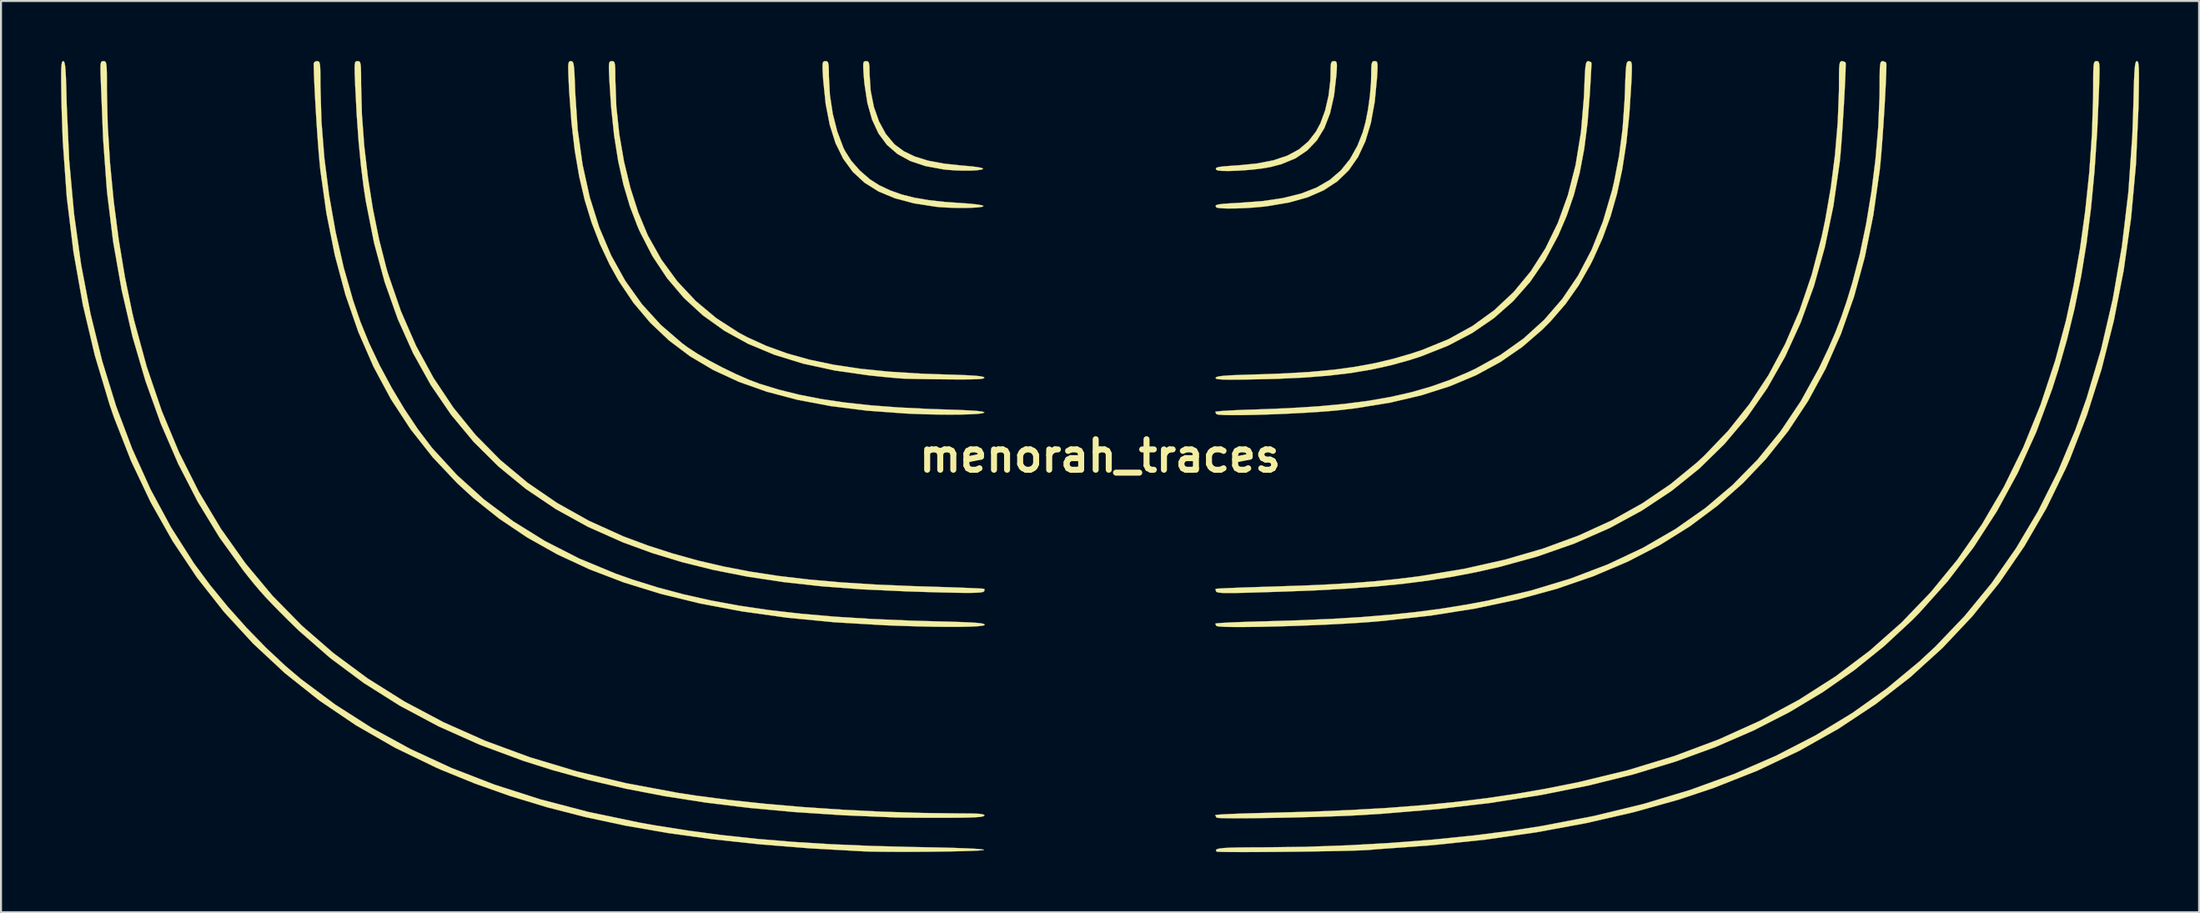
<source format=kicad_pcb>
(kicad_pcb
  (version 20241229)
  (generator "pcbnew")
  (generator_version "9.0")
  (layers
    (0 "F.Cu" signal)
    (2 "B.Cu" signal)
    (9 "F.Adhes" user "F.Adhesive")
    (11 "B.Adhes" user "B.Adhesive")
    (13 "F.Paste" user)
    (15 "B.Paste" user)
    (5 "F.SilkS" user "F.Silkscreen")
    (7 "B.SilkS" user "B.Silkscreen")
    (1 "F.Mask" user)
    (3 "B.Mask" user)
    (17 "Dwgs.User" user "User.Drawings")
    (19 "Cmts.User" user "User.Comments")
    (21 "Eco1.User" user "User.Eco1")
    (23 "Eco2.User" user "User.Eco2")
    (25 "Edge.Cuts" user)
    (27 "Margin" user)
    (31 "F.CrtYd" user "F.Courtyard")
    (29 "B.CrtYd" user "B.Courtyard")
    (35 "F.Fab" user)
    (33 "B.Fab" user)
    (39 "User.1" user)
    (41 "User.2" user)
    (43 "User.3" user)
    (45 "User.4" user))
  (footprint "menorah_traces"
    (layer "F.Cu")
    (at 51.905 19.732)
    (property "Reference" "menorah_traces" (at 0 0 0) (layer "F.SilkS") (effects (font (size 1.524 1.524) (thickness 0.3))))
    (attr through_hole)
    (fp_poly (pts (xy -11.598 -19.713) (xy -11.547 -19.645) (xy -11.522 -19.489) (xy -11.515 -19.21) (xy -11.515 -19.1) (xy -11.459 -18.247) (xy -11.299 -17.444) (xy -11.043 -16.715) (xy -10.701 -16.087) (xy -10.282 -15.587) (xy -10.239 -15.548) (xy -9.795 -15.222) (xy -9.252 -14.96) (xy -8.594 -14.756) (xy -7.805 -14.607) (xy -6.87 -14.507) (xy -6.75 -14.499) (xy -6.373 -14.465) (xy -6.074 -14.425) (xy -5.887 -14.382) (xy -5.84 -14.351) (xy -5.919 -14.307) (xy -6.132 -14.276) (xy -6.443 -14.259) (xy -6.817 -14.256) (xy -7.219 -14.268) (xy -7.613 -14.295) (xy -7.832 -14.319) (xy -8.719 -14.483) (xy -9.479 -14.736) (xy -10.119 -15.086) (xy -10.646 -15.542) (xy -11.067 -16.112) (xy -11.39 -16.806) (xy -11.622 -17.631) (xy -11.77 -18.596) (xy -11.808 -19.029) (xy -11.829 -19.371) (xy -11.831 -19.579) (xy -11.806 -19.684) (xy -11.749 -19.723) (xy -11.686 -19.727) (xy -11.598 -19.713)) (stroke (width 0.01) (type solid)) (fill yes) (layer "F.SilkS"))
    (fp_poly (pts (xy 11.769 -19.717) (xy 11.816 -19.662) (xy 11.833 -19.53) (xy 11.825 -19.287) (xy 11.808 -19.029) (xy 11.691 -18.006) (xy 11.492 -17.126) (xy 11.206 -16.381) (xy 10.827 -15.762) (xy 10.348 -15.262) (xy 9.764 -14.871) (xy 9.068 -14.582) (xy 8.509 -14.435) (xy 8.153 -14.372) (xy 7.735 -14.32) (xy 7.289 -14.279) (xy 6.847 -14.251) (xy 6.445 -14.238) (xy 6.114 -14.241) (xy 5.889 -14.263) (xy 5.807 -14.297) (xy 5.785 -14.359) (xy 5.825 -14.405) (xy 5.949 -14.441) (xy 6.18 -14.47) (xy 6.542 -14.498) (xy 6.858 -14.518) (xy 7.832 -14.612) (xy 8.66 -14.772) (xy 9.357 -15.005) (xy 9.934 -15.316) (xy 10.405 -15.714) (xy 10.784 -16.204) (xy 11.009 -16.622) (xy 11.244 -17.261) (xy 11.414 -17.993) (xy 11.504 -18.747) (xy 11.515 -19.089) (xy 11.519 -19.414) (xy 11.536 -19.606) (xy 11.578 -19.698) (xy 11.652 -19.726) (xy 11.686 -19.727) (xy 11.769 -19.717)) (stroke (width 0.01) (type solid)) (fill yes) (layer "F.SilkS"))
    (fp_poly (pts (xy 13.796 -19.718) (xy 13.842 -19.669) (xy 13.863 -19.55) (xy 13.861 -19.33) (xy 13.842 -18.976) (xy 13.838 -18.902) (xy 13.723 -17.7) (xy 13.532 -16.645) (xy 13.257 -15.727) (xy 12.891 -14.94) (xy 12.427 -14.274) (xy 11.857 -13.722) (xy 11.175 -13.275) (xy 10.372 -12.924) (xy 9.441 -12.663) (xy 8.375 -12.482) (xy 8.11 -12.451) (xy 7.667 -12.411) (xy 7.206 -12.382) (xy 6.761 -12.366) (xy 6.365 -12.364) (xy 6.053 -12.374) (xy 5.859 -12.399) (xy 5.814 -12.418) (xy 5.77 -12.483) (xy 5.802 -12.532) (xy 5.928 -12.569) (xy 6.17 -12.599) (xy 6.545 -12.624) (xy 6.921 -12.644) (xy 8.108 -12.733) (xy 9.146 -12.887) (xy 10.046 -13.111) (xy 10.819 -13.411) (xy 11.477 -13.794) (xy 12.028 -14.266) (xy 12.485 -14.832) (xy 12.857 -15.499) (xy 13.121 -16.164) (xy 13.263 -16.682) (xy 13.386 -17.308) (xy 13.48 -17.98) (xy 13.535 -18.637) (xy 13.546 -19.029) (xy 13.55 -19.372) (xy 13.565 -19.58) (xy 13.601 -19.686) (xy 13.665 -19.724) (xy 13.718 -19.727) (xy 13.796 -19.718)) (stroke (width 0.01) (type solid)) (fill yes) (layer "F.SilkS"))
    (fp_poly (pts (xy -13.636 -19.715) (xy -13.585 -19.655) (xy -13.558 -19.515) (xy -13.548 -19.263) (xy -13.546 -18.986) (xy -13.496 -18.041) (xy -13.353 -17.1) (xy -13.127 -16.211) (xy -12.829 -15.42) (xy -12.739 -15.234) (xy -12.421 -14.738) (xy -11.99 -14.251) (xy -11.496 -13.823) (xy -11.029 -13.524) (xy -10.488 -13.271) (xy -9.918 -13.067) (xy -9.29 -12.907) (xy -8.577 -12.784) (xy -7.75 -12.692) (xy -6.878 -12.631) (xy -6.477 -12.602) (xy -6.145 -12.566) (xy -5.915 -12.527) (xy -5.82 -12.49) (xy -5.819 -12.488) (xy -5.888 -12.449) (xy -6.094 -12.42) (xy -6.403 -12.401) (xy -6.784 -12.392) (xy -7.203 -12.395) (xy -7.628 -12.409) (xy -8.027 -12.434) (xy -8.213 -12.453) (xy -9.295 -12.622) (xy -10.243 -12.873) (xy -11.064 -13.214) (xy -11.765 -13.652) (xy -12.353 -14.196) (xy -12.833 -14.853) (xy -13.215 -15.631) (xy -13.503 -16.539) (xy -13.706 -17.583) (xy -13.829 -18.772) (xy -13.838 -18.902) (xy -13.859 -19.28) (xy -13.864 -19.521) (xy -13.848 -19.655) (xy -13.805 -19.713) (xy -13.733 -19.727) (xy -13.718 -19.727) (xy -13.636 -19.715)) (stroke (width 0.01) (type solid)) (fill yes) (layer "F.SilkS"))
    (fp_poly (pts (xy 24.527 -19.68) (xy 24.552 -19.622) (xy 24.547 -19.505) (xy 24.534 -19.25) (xy 24.514 -18.887) (xy 24.489 -18.446) (xy 24.468 -18.093) (xy 24.355 -16.65) (xy 24.189 -15.344) (xy 23.963 -14.149) (xy 23.672 -13.041) (xy 23.311 -11.992) (xy 22.893 -11.018) (xy 22.239 -9.794) (xy 21.489 -8.701) (xy 20.638 -7.733) (xy 19.676 -6.883) (xy 18.596 -6.145) (xy 17.392 -5.513) (xy 16.056 -4.981) (xy 15.44 -4.782) (xy 14.501 -4.523) (xy 13.532 -4.311) (xy 12.507 -4.14) (xy 11.402 -4.01) (xy 10.193 -3.915) (xy 8.854 -3.854) (xy 8.096 -3.834) (xy 7.392 -3.821) (xy 6.84 -3.813) (xy 6.424 -3.812) (xy 6.126 -3.818) (xy 5.93 -3.831) (xy 5.818 -3.851) (xy 5.775 -3.881) (xy 5.774 -3.904) (xy 5.818 -3.943) (xy 5.931 -3.975) (xy 6.133 -4.001) (xy 6.439 -4.024) (xy 6.869 -4.044) (xy 7.439 -4.063) (xy 7.881 -4.075) (xy 9.284 -4.126) (xy 10.545 -4.203) (xy 11.687 -4.311) (xy 12.735 -4.453) (xy 13.715 -4.633) (xy 14.651 -4.855) (xy 15.568 -5.122) (xy 16.097 -5.298) (xy 17.41 -5.835) (xy 18.609 -6.497) (xy 19.693 -7.282) (xy 20.662 -8.191) (xy 21.515 -9.222) (xy 22.251 -10.374) (xy 22.871 -11.647) (xy 23.374 -13.04) (xy 23.759 -14.551) (xy 24.025 -16.181) (xy 24.173 -17.928) (xy 24.188 -18.267) (xy 24.208 -18.797) (xy 24.227 -19.182) (xy 24.249 -19.443) (xy 24.276 -19.605) (xy 24.312 -19.691) (xy 24.36 -19.724) (xy 24.397 -19.727) (xy 24.527 -19.68)) (stroke (width 0.01) (type solid)) (fill yes) (layer "F.SilkS"))
    (fp_poly (pts (xy -26.375 -19.717) (xy -26.332 -19.671) (xy -26.3 -19.567) (xy -26.275 -19.382) (xy -26.256 -19.094) (xy -26.237 -18.679) (xy -26.22 -18.182) (xy -26.096 -16.316) (xy -25.853 -14.565) (xy -25.493 -12.93) (xy -25.015 -11.413) (xy -24.421 -10.015) (xy -23.71 -8.737) (xy -22.883 -7.58) (xy -21.941 -6.546) (xy -20.885 -5.635) (xy -20.587 -5.416) (xy -20.108 -5.103) (xy -19.517 -4.762) (xy -18.863 -4.417) (xy -18.194 -4.093) (xy -17.561 -3.815) (xy -17.014 -3.608) (xy -16.043 -3.311) (xy -15.022 -3.058) (xy -13.931 -2.845) (xy -12.754 -2.67) (xy -11.471 -2.53) (xy -10.066 -2.424) (xy -8.519 -2.347) (xy -7.765 -2.322) (xy -7.066 -2.299) (xy -6.528 -2.274) (xy -6.142 -2.248) (xy -5.898 -2.218) (xy -5.79 -2.185) (xy -5.782 -2.169) (xy -5.877 -2.131) (xy -6.119 -2.102) (xy -6.486 -2.081) (xy -6.956 -2.068) (xy -7.508 -2.064) (xy -8.119 -2.069) (xy -8.767 -2.083) (xy -9.431 -2.107) (xy -9.707 -2.12) (xy -11.651 -2.263) (xy -13.452 -2.49) (xy -15.115 -2.804) (xy -16.645 -3.208) (xy -18.047 -3.704) (xy -19.326 -4.295) (xy -20.487 -4.983) (xy -21.536 -5.771) (xy -22.476 -6.662) (xy -23.314 -7.657) (xy -24.055 -8.76) (xy -24.503 -9.567) (xy -24.988 -10.598) (xy -25.4 -11.66) (xy -25.742 -12.776) (xy -26.021 -13.966) (xy -26.24 -15.25) (xy -26.405 -16.651) (xy -26.519 -18.188) (xy -26.543 -18.648) (xy -26.562 -19.092) (xy -26.569 -19.394) (xy -26.562 -19.581) (xy -26.536 -19.681) (xy -26.49 -19.721) (xy -26.433 -19.727) (xy -26.375 -19.717)) (stroke (width 0.01) (type solid)) (fill yes) (layer "F.SilkS"))
    (fp_poly (pts (xy -24.311 -19.717) (xy -24.262 -19.667) (xy -24.233 -19.547) (xy -24.219 -19.329) (xy -24.215 -18.981) (xy -24.215 -18.811) (xy -24.164 -17.45) (xy -24.016 -16.069) (xy -23.78 -14.705) (xy -23.461 -13.391) (xy -23.067 -12.163) (xy -22.607 -11.056) (xy -22.575 -10.99) (xy -21.91 -9.806) (xy -21.113 -8.718) (xy -20.194 -7.739) (xy -19.165 -6.88) (xy -18.037 -6.153) (xy -17.619 -5.931) (xy -16.662 -5.496) (xy -15.634 -5.124) (xy -14.522 -4.812) (xy -13.311 -4.558) (xy -11.987 -4.358) (xy -10.537 -4.211) (xy -8.947 -4.112) (xy -7.881 -4.075) (xy -7.188 -4.055) (xy -6.651 -4.033) (xy -6.256 -4.01) (xy -5.988 -3.983) (xy -5.833 -3.951) (xy -5.778 -3.916) (xy -5.802 -3.88) (xy -5.909 -3.854) (xy -6.118 -3.836) (xy -6.444 -3.826) (xy -6.905 -3.822) (xy -7.516 -3.825) (xy -7.592 -3.826) (xy -8.167 -3.832) (xy -8.715 -3.839) (xy -9.201 -3.848) (xy -9.594 -3.857) (xy -9.86 -3.866) (xy -9.906 -3.869) (xy -10.167 -3.889) (xy -10.547 -3.923) (xy -11.001 -3.968) (xy -11.478 -4.018) (xy -11.557 -4.026) (xy -13.262 -4.27) (xy -14.833 -4.612) (xy -16.271 -5.056) (xy -17.583 -5.603) (xy -18.771 -6.258) (xy -19.839 -7.021) (xy -20.791 -7.896) (xy -21.632 -8.885) (xy -22.365 -9.99) (xy -22.994 -11.215) (xy -23.102 -11.461) (xy -23.49 -12.477) (xy -23.812 -13.562) (xy -24.073 -14.737) (xy -24.276 -16.019) (xy -24.424 -17.429) (xy -24.51 -18.733) (xy -24.53 -19.155) (xy -24.537 -19.437) (xy -24.527 -19.607) (xy -24.497 -19.693) (xy -24.444 -19.724) (xy -24.387 -19.727) (xy -24.311 -19.717)) (stroke (width 0.01) (type solid)) (fill yes) (layer "F.SilkS"))
    (fp_poly (pts (xy 26.498 -19.718) (xy 26.541 -19.671) (xy 26.564 -19.56) (xy 26.569 -19.358) (xy 26.56 -19.037) (xy 26.543 -18.648) (xy 26.442 -17.069) (xy 26.292 -15.633) (xy 26.089 -14.319) (xy 25.828 -13.105) (xy 25.504 -11.971) (xy 25.112 -10.896) (xy 24.648 -9.858) (xy 24.502 -9.566) (xy 23.913 -8.526) (xy 23.264 -7.601) (xy 22.515 -6.735) (xy 22.087 -6.305) (xy 21.094 -5.447) (xy 19.999 -4.693) (xy 18.797 -4.039) (xy 17.478 -3.484) (xy 16.038 -3.025) (xy 14.468 -2.658) (xy 12.762 -2.382) (xy 11.98 -2.289) (xy 11.48 -2.242) (xy 10.902 -2.198) (xy 10.271 -2.158) (xy 9.607 -2.123) (xy 8.934 -2.092) (xy 8.273 -2.068) (xy 7.647 -2.05) (xy 7.078 -2.04) (xy 6.588 -2.038) (xy 6.199 -2.044) (xy 5.934 -2.061) (xy 5.815 -2.087) (xy 5.814 -2.088) (xy 5.758 -2.198) (xy 5.757 -2.204) (xy 5.838 -2.223) (xy 6.065 -2.245) (xy 6.415 -2.267) (xy 6.864 -2.29) (xy 7.389 -2.31) (xy 7.768 -2.322) (xy 9.384 -2.385) (xy 10.849 -2.475) (xy 12.181 -2.598) (xy 13.398 -2.754) (xy 14.516 -2.949) (xy 15.554 -3.185) (xy 16.528 -3.465) (xy 17.455 -3.792) (xy 18.354 -4.171) (xy 18.754 -4.358) (xy 20.017 -5.056) (xy 21.159 -5.869) (xy 22.184 -6.798) (xy 23.091 -7.845) (xy 23.882 -9.014) (xy 24.559 -10.305) (xy 25.124 -11.721) (xy 25.577 -13.264) (xy 25.689 -13.743) (xy 25.934 -15.024) (xy 26.104 -16.347) (xy 26.204 -17.762) (xy 26.222 -18.224) (xy 26.241 -18.763) (xy 26.259 -19.155) (xy 26.278 -19.424) (xy 26.304 -19.593) (xy 26.338 -19.684) (xy 26.384 -19.721) (xy 26.432 -19.727) (xy 26.498 -19.718)) (stroke (width 0.01) (type solid)) (fill yes) (layer "F.SilkS"))
    (fp_poly (pts (xy -39.05 -19.719) (xy -39.003 -19.676) (xy -38.973 -19.572) (xy -38.956 -19.383) (xy -38.949 -19.082) (xy -38.947 -18.644) (xy -38.947 -18.517) (xy -38.896 -16.712) (xy -38.749 -14.865) (xy -38.511 -13.012) (xy -38.188 -11.187) (xy -37.787 -9.425) (xy -37.312 -7.762) (xy -36.949 -6.701) (xy -36.514 -5.633) (xy -35.985 -4.52) (xy -35.385 -3.402) (xy -34.738 -2.322) (xy -34.068 -1.321) (xy -33.4 -0.44) (xy -33.324 -0.349) (xy -32.116 0.965) (xy -30.778 2.172) (xy -29.314 3.269) (xy -27.727 4.254) (xy -26.019 5.126) (xy -24.193 5.883) (xy -23.354 6.178) (xy -22.1 6.57) (xy -20.808 6.915) (xy -19.464 7.217) (xy -18.052 7.478) (xy -16.558 7.699) (xy -14.966 7.882) (xy -13.261 8.03) (xy -11.429 8.145) (xy -9.453 8.229) (xy -8.191 8.265) (xy -7.463 8.284) (xy -6.887 8.302) (xy -6.449 8.322) (xy -6.134 8.343) (xy -5.924 8.367) (xy -5.804 8.395) (xy -5.759 8.429) (xy -5.757 8.437) (xy -5.84 8.477) (xy -6.077 8.507) (xy -6.456 8.528) (xy -6.963 8.539) (xy -7.584 8.541) (xy -8.305 8.533) (xy -9.113 8.516) (xy -9.993 8.489) (xy -10.753 8.46) (xy -13.271 8.311) (xy -15.645 8.082) (xy -17.879 7.77) (xy -19.978 7.374) (xy -21.947 6.892) (xy -23.791 6.322) (xy -25.514 5.663) (xy -27.123 4.914) (xy -28.621 4.072) (xy -30.014 3.136) (xy -31.306 2.105) (xy -32.12 1.358) (xy -33.341 0.063) (xy -34.444 -1.336) (xy -35.43 -2.844) (xy -36.299 -4.464) (xy -37.055 -6.198) (xy -37.697 -8.05) (xy -38.227 -10.024) (xy -38.647 -12.121) (xy -38.95 -14.266) (xy -38.996 -14.727) (xy -39.046 -15.318) (xy -39.097 -15.999) (xy -39.146 -16.73) (xy -39.191 -17.473) (xy -39.23 -18.187) (xy -39.261 -18.834) (xy -39.279 -19.375) (xy -39.284 -19.622) (xy -39.215 -19.707) (xy -39.116 -19.727) (xy -39.05 -19.719)) (stroke (width 0.01) (type solid)) (fill yes) (layer "F.SilkS"))
    (fp_poly (pts (xy -37.02 -19.719) (xy -36.972 -19.678) (xy -36.941 -19.577) (xy -36.924 -19.39) (xy -36.917 -19.091) (xy -36.915 -18.655) (xy -36.915 -18.554) (xy -36.874 -17.055) (xy -36.758 -15.486) (xy -36.571 -13.891) (xy -36.321 -12.315) (xy -36.013 -10.803) (xy -35.655 -9.4) (xy -35.561 -9.079) (xy -34.924 -7.23) (xy -34.169 -5.502) (xy -33.295 -3.895) (xy -32.302 -2.408) (xy -31.189 -1.041) (xy -29.956 0.207) (xy -28.602 1.337) (xy -27.127 2.348) (xy -25.53 3.243) (xy -23.811 4.02) (xy -22.57 4.482) (xy -21.342 4.877) (xy -20.095 5.224) (xy -18.811 5.524) (xy -17.473 5.781) (xy -16.063 5.996) (xy -14.562 6.174) (xy -12.953 6.316) (xy -11.217 6.426) (xy -9.337 6.505) (xy -8.786 6.522) (xy -8.094 6.543) (xy -7.456 6.564) (xy -6.893 6.584) (xy -6.424 6.603) (xy -6.069 6.62) (xy -5.846 6.634) (xy -5.775 6.643) (xy -5.779 6.734) (xy -5.796 6.768) (xy -5.845 6.797) (xy -5.959 6.819) (xy -6.151 6.834) (xy -6.435 6.842) (xy -6.822 6.842) (xy -7.327 6.834) (xy -7.961 6.82) (xy -8.739 6.798) (xy -9.673 6.768) (xy -9.694 6.767) (xy -11.88 6.667) (xy -13.919 6.513) (xy -15.824 6.302) (xy -17.61 6.033) (xy -19.29 5.702) (xy -20.879 5.308) (xy -22.389 4.847) (xy -23.835 4.319) (xy -23.846 4.314) (xy -25.58 3.543) (xy -27.191 2.655) (xy -28.681 1.651) (xy -30.05 0.529) (xy -31.298 -0.709) (xy -32.425 -2.066) (xy -33.432 -3.541) (xy -34.319 -5.135) (xy -35.087 -6.849) (xy -35.736 -8.682) (xy -36.266 -10.636) (xy -36.677 -12.711) (xy -36.787 -13.42) (xy -36.923 -14.501) (xy -37.039 -15.705) (xy -37.135 -17.045) (xy -37.212 -18.538) (xy -37.213 -18.563) (xy -37.232 -19.027) (xy -37.24 -19.347) (xy -37.234 -19.551) (xy -37.213 -19.665) (xy -37.172 -19.715) (xy -37.109 -19.727) (xy -37.089 -19.727) (xy -37.02 -19.719)) (stroke (width 0.01) (type solid)) (fill yes) (layer "F.SilkS"))
    (fp_poly (pts (xy 37.221 -19.683) (xy 37.253 -19.622) (xy 37.244 -19.265) (xy 37.225 -18.777) (xy 37.196 -18.195) (xy 37.161 -17.554) (xy 37.121 -16.892) (xy 37.079 -16.244) (xy 37.037 -15.648) (xy 36.997 -15.14) (xy 36.961 -14.756) (xy 36.954 -14.69) (xy 36.638 -12.497) (xy 36.209 -10.43) (xy 35.665 -8.487) (xy 35.005 -6.667) (xy 34.228 -4.968) (xy 33.334 -3.39) (xy 32.321 -1.931) (xy 31.189 -0.591) (xy 29.937 0.632) (xy 28.563 1.739) (xy 27.066 2.731) (xy 25.446 3.61) (xy 23.702 4.375) (xy 21.833 5.03) (xy 19.939 5.549) (xy 18.78 5.81) (xy 17.609 6.035) (xy 16.404 6.227) (xy 15.142 6.389) (xy 13.8 6.522) (xy 12.355 6.63) (xy 10.784 6.716) (xy 9.341 6.773) (xy 8.478 6.801) (xy 7.769 6.823) (xy 7.198 6.839) (xy 6.75 6.848) (xy 6.411 6.85) (xy 6.164 6.847) (xy 5.994 6.836) (xy 5.886 6.819) (xy 5.825 6.796) (xy 5.796 6.768) (xy 5.767 6.661) (xy 5.775 6.643) (xy 5.865 6.632) (xy 6.105 6.618) (xy 6.475 6.601) (xy 6.956 6.582) (xy 7.529 6.562) (xy 8.174 6.541) (xy 8.786 6.522) (xy 10.222 6.474) (xy 11.514 6.415) (xy 12.69 6.343) (xy 13.775 6.257) (xy 14.797 6.154) (xy 15.78 6.033) (xy 16.002 6.003) (xy 18.182 5.641) (xy 20.225 5.183) (xy 22.135 4.628) (xy 23.915 3.974) (xy 25.57 3.218) (xy 27.101 2.361) (xy 28.514 1.4) (xy 29.812 0.333) (xy 30.181 -0.009) (xy 31.373 -1.252) (xy 32.443 -2.595) (xy 33.394 -4.042) (xy 34.227 -5.598) (xy 34.947 -7.27) (xy 35.555 -9.062) (xy 36.055 -10.979) (xy 36.23 -11.811) (xy 36.506 -13.406) (xy 36.716 -15.048) (xy 36.853 -16.677) (xy 36.913 -18.233) (xy 36.915 -18.554) (xy 36.916 -19.021) (xy 36.922 -19.344) (xy 36.938 -19.55) (xy 36.965 -19.665) (xy 37.01 -19.715) (xy 37.074 -19.727) (xy 37.084 -19.727) (xy 37.221 -19.683)) (stroke (width 0.01) (type solid)) (fill yes) (layer "F.SilkS"))
    (fp_poly (pts (xy 39.258 -19.668) (xy 39.285 -19.579) (xy 39.276 -19.165) (xy 39.254 -18.62) (xy 39.222 -17.979) (xy 39.182 -17.281) (xy 39.136 -16.562) (xy 39.087 -15.859) (xy 39.037 -15.209) (xy 38.989 -14.649) (xy 38.949 -14.266) (xy 38.633 -12.038) (xy 38.206 -9.936) (xy 37.668 -7.958) (xy 37.016 -6.102) (xy 36.251 -4.365) (xy 35.371 -2.745) (xy 34.376 -1.239) (xy 33.263 0.155) (xy 32.117 1.359) (xy 30.84 2.491) (xy 29.46 3.521) (xy 27.972 4.449) (xy 26.372 5.276) (xy 24.655 6.006) (xy 22.816 6.64) (xy 20.852 7.178) (xy 18.758 7.623) (xy 16.529 7.977) (xy 14.16 8.241) (xy 13.547 8.294) (xy 12.93 8.338) (xy 12.246 8.38) (xy 11.515 8.419) (xy 10.755 8.453) (xy 9.986 8.483) (xy 9.227 8.508) (xy 8.498 8.527) (xy 7.817 8.541) (xy 7.205 8.548) (xy 6.68 8.548) (xy 6.262 8.541) (xy 5.971 8.525) (xy 5.825 8.501) (xy 5.814 8.495) (xy 5.758 8.387) (xy 5.757 8.381) (xy 5.838 8.364) (xy 6.068 8.345) (xy 6.424 8.325) (xy 6.886 8.305) (xy 7.433 8.286) (xy 8.044 8.268) (xy 8.191 8.265) (xy 9.977 8.211) (xy 11.614 8.139) (xy 13.125 8.046) (xy 14.53 7.93) (xy 15.849 7.79) (xy 17.103 7.623) (xy 18.314 7.427) (xy 19.389 7.225) (xy 21.516 6.729) (xy 23.513 6.125) (xy 25.382 5.412) (xy 27.125 4.589) (xy 28.742 3.654) (xy 30.235 2.607) (xy 31.607 1.446) (xy 32.857 0.171) (xy 33.989 -1.219) (xy 35.002 -2.727) (xy 35.899 -4.352) (xy 35.987 -4.53) (xy 36.39 -5.38) (xy 36.726 -6.153) (xy 37.019 -6.909) (xy 37.292 -7.707) (xy 37.568 -8.608) (xy 37.588 -8.676) (xy 37.953 -10.074) (xy 38.271 -11.592) (xy 38.534 -13.187) (xy 38.738 -14.813) (xy 38.876 -16.429) (xy 38.942 -17.989) (xy 38.947 -18.517) (xy 38.948 -18.991) (xy 38.954 -19.323) (xy 38.968 -19.536) (xy 38.995 -19.657) (xy 39.037 -19.713) (xy 39.098 -19.727) (xy 39.116 -19.727) (xy 39.258 -19.668)) (stroke (width 0.01) (type solid)) (fill yes) (layer "F.SilkS"))
    (fp_poly (pts (xy -51.76 -19.707) (xy -51.728 -19.632) (xy -51.702 -19.486) (xy -51.68 -19.251) (xy -51.662 -18.908) (xy -51.645 -18.44) (xy -51.629 -17.829) (xy -51.621 -17.505) (xy -51.498 -14.766) (xy -51.258 -12.114) (xy -50.902 -9.555) (xy -50.431 -7.094) (xy -49.848 -4.736) (xy -49.153 -2.485) (xy -48.347 -0.348) (xy -47.433 1.672) (xy -46.411 3.568) (xy -45.284 5.337) (xy -45.241 5.399) (xy -44.456 6.459) (xy -43.575 7.535) (xy -42.631 8.592) (xy -41.657 9.593) (xy -40.685 10.502) (xy -39.911 11.157) (xy -38.198 12.431) (xy -36.38 13.592) (xy -34.451 14.644) (xy -32.407 15.589) (xy -30.243 16.427) (xy -27.956 17.161) (xy -25.541 17.793) (xy -22.994 18.324) (xy -22.26 18.454) (xy -20.578 18.72) (xy -18.877 18.947) (xy -17.132 19.135) (xy -15.32 19.286) (xy -13.416 19.403) (xy -11.395 19.488) (xy -9.234 19.543) (xy -9.017 19.547) (xy -8.124 19.564) (xy -7.366 19.583) (xy -6.75 19.604) (xy -6.282 19.626) (xy -5.968 19.65) (xy -5.815 19.674) (xy -5.8 19.685) (xy -5.881 19.703) (xy -6.108 19.72) (xy -6.461 19.735) (xy -6.915 19.749) (xy -7.449 19.761) (xy -8.041 19.77) (xy -8.667 19.777) (xy -9.306 19.782) (xy -9.934 19.783) (xy -10.531 19.781) (xy -11.072 19.776) (xy -11.536 19.767) (xy -11.853 19.756) (xy -14.501 19.607) (xy -16.998 19.407) (xy -19.357 19.153) (xy -21.587 18.843) (xy -23.702 18.475) (xy -25.711 18.046) (xy -27.627 17.554) (xy -29.461 16.997) (xy -31.225 16.372) (xy -32.93 15.678) (xy -33.157 15.578) (xy -35.227 14.577) (xy -37.177 13.456) (xy -39.007 12.217) (xy -40.716 10.859) (xy -42.303 9.383) (xy -43.769 7.789) (xy -45.113 6.078) (xy -46.334 4.25) (xy -47.433 2.305) (xy -48.41 0.244) (xy -49.263 -1.933) (xy -49.483 -2.574) (xy -50.217 -5.02) (xy -50.817 -7.557) (xy -51.284 -10.187) (xy -51.618 -12.915) (xy -51.82 -15.745) (xy -51.876 -17.378) (xy -51.89 -18.077) (xy -51.898 -18.624) (xy -51.9 -19.038) (xy -51.895 -19.336) (xy -51.882 -19.536) (xy -51.862 -19.656) (xy -51.832 -19.714) (xy -51.799 -19.727) (xy -51.76 -19.707)) (stroke (width 0.01) (type solid)) (fill yes) (layer "F.SilkS"))
    (fp_poly (pts (xy 49.846 -19.721) (xy 49.89 -19.684) (xy 49.917 -19.594) (xy 49.93 -19.426) (xy 49.93 -19.155) (xy 49.92 -18.758) (xy 49.907 -18.352) (xy 49.815 -16.227) (xy 49.683 -14.247) (xy 49.507 -12.392) (xy 49.285 -10.642) (xy 49.013 -8.976) (xy 48.688 -7.375) (xy 48.308 -5.818) (xy 47.868 -4.284) (xy 47.567 -3.344) (xy 46.772 -1.196) (xy 45.853 0.836) (xy 44.811 2.753) (xy 43.644 4.559) (xy 42.351 6.254) (xy 40.93 7.841) (xy 40.563 8.213) (xy 39.167 9.507) (xy 37.683 10.703) (xy 36.105 11.803) (xy 34.428 12.808) (xy 32.647 13.719) (xy 30.757 14.54) (xy 28.753 15.272) (xy 26.63 15.915) (xy 24.383 16.473) (xy 22.006 16.947) (xy 19.496 17.339) (xy 16.846 17.65) (xy 14.051 17.883) (xy 13.017 17.947) (xy 12.494 17.974) (xy 11.891 17.999) (xy 11.229 18.022) (xy 10.529 18.043) (xy 9.81 18.062) (xy 9.092 18.078) (xy 8.397 18.09) (xy 7.744 18.099) (xy 7.154 18.104) (xy 6.648 18.105) (xy 6.244 18.101) (xy 5.965 18.092) (xy 5.83 18.078) (xy 5.821 18.073) (xy 5.759 17.962) (xy 5.757 17.948) (xy 5.839 17.932) (xy 6.069 17.914) (xy 6.429 17.895) (xy 6.897 17.876) (xy 7.455 17.858) (xy 8.081 17.84) (xy 8.445 17.832) (xy 10.562 17.774) (xy 12.53 17.692) (xy 14.369 17.586) (xy 16.1 17.453) (xy 17.742 17.292) (xy 19.314 17.1) (xy 20.837 16.875) (xy 22.33 16.615) (xy 23.812 16.319) (xy 23.929 16.294) (xy 26.379 15.699) (xy 28.703 14.99) (xy 30.902 14.167) (xy 32.976 13.23) (xy 34.926 12.178) (xy 36.753 11.01) (xy 38.457 9.726) (xy 40.039 8.326) (xy 41.498 6.809) (xy 42.836 5.175) (xy 44.053 3.422) (xy 45.149 1.552) (xy 46.125 -0.438) (xy 46.982 -2.546) (xy 47.719 -4.775) (xy 48.256 -6.773) (xy 48.631 -8.503) (xy 48.954 -10.347) (xy 49.219 -12.26) (xy 49.421 -14.194) (xy 49.554 -16.101) (xy 49.612 -17.935) (xy 49.615 -18.352) (xy 49.616 -18.863) (xy 49.62 -19.228) (xy 49.632 -19.473) (xy 49.654 -19.622) (xy 49.688 -19.697) (xy 49.739 -19.724) (xy 49.784 -19.727) (xy 49.846 -19.721)) (stroke (width 0.01) (type solid)) (fill yes) (layer "F.SilkS"))
    (fp_poly (pts (xy -49.723 -19.72) (xy -49.677 -19.682) (xy -49.646 -19.589) (xy -49.628 -19.417) (xy -49.618 -19.141) (xy -49.615 -18.738) (xy -49.615 -18.352) (xy -49.575 -16.542) (xy -49.459 -14.648) (xy -49.273 -12.716) (xy -49.022 -10.794) (xy -48.712 -8.929) (xy -48.349 -7.168) (xy -48.256 -6.773) (xy -47.623 -4.453) (xy -46.874 -2.252) (xy -46.007 -0.17) (xy -45.022 1.793) (xy -43.918 3.638) (xy -42.694 5.366) (xy -41.349 6.978) (xy -39.883 8.474) (xy -38.295 9.854) (xy -36.584 11.12) (xy -34.748 12.272) (xy -32.789 13.311) (xy -30.703 14.238) (xy -28.492 15.053) (xy -26.153 15.757) (xy -23.687 16.35) (xy -21.092 16.834) (xy -20.193 16.972) (xy -18.531 17.189) (xy -16.737 17.381) (xy -14.846 17.544) (xy -12.893 17.676) (xy -10.914 17.775) (xy -8.944 17.838) (xy -7.019 17.863) (xy -6.83 17.864) (xy -6.363 17.868) (xy -6.046 17.881) (xy -5.859 17.906) (xy -5.781 17.943) (xy -5.778 17.971) (xy -5.833 18.007) (xy -5.982 18.036) (xy -6.238 18.056) (xy -6.62 18.07) (xy -7.143 18.078) (xy -7.669 18.081) (xy -8.267 18.081) (xy -8.857 18.08) (xy -9.401 18.076) (xy -9.86 18.071) (xy -10.196 18.064) (xy -10.245 18.063) (xy -12.813 17.955) (xy -15.233 17.797) (xy -17.517 17.588) (xy -19.68 17.324) (xy -21.734 17.004) (xy -23.694 16.627) (xy -25.573 16.189) (xy -27.385 15.688) (xy -28.814 15.235) (xy -30.997 14.427) (xy -33.051 13.51) (xy -34.98 12.482) (xy -36.785 11.343) (xy -38.469 10.09) (xy -40.034 8.722) (xy -40.472 8.297) (xy -40.957 7.814) (xy -41.348 7.417) (xy -41.673 7.073) (xy -41.961 6.752) (xy -42.241 6.423) (xy -42.54 6.053) (xy -42.806 5.715) (xy -43.991 4.07) (xy -45.074 2.294) (xy -46.052 0.396) (xy -46.924 -1.619) (xy -47.687 -3.744) (xy -48.34 -5.973) (xy -48.879 -8.298) (xy -49.304 -10.713) (xy -49.611 -13.212) (xy -49.8 -15.788) (xy -49.826 -16.383) (xy -49.847 -16.946) (xy -49.872 -17.574) (xy -49.896 -18.186) (xy -49.915 -18.648) (xy -49.931 -19.091) (xy -49.937 -19.393) (xy -49.929 -19.58) (xy -49.902 -19.68) (xy -49.855 -19.72) (xy -49.787 -19.727) (xy -49.723 -19.72)) (stroke (width 0.01) (type solid)) (fill yes) (layer "F.SilkS"))
    (fp_poly (pts (xy 51.836 -19.71) (xy 51.864 -19.646) (xy 51.884 -19.518) (xy 51.896 -19.308) (xy 51.9 -18.997) (xy 51.897 -18.569) (xy 51.889 -18.005) (xy 51.876 -17.378) (xy 51.754 -14.59) (xy 51.508 -11.888) (xy 51.139 -9.275) (xy 50.648 -6.76) (xy 50.037 -4.348) (xy 49.306 -2.045) (xy 48.458 0.142) (xy 48.276 0.56) (xy 47.288 2.594) (xy 46.175 4.516) (xy 44.937 6.322) (xy 43.575 8.015) (xy 42.089 9.592) (xy 40.48 11.053) (xy 38.75 12.399) (xy 36.897 13.627) (xy 34.924 14.738) (xy 32.83 15.73) (xy 30.617 16.604) (xy 28.875 17.183) (xy 26.644 17.806) (xy 24.283 18.348) (xy 21.811 18.804) (xy 19.251 19.172) (xy 16.62 19.448) (xy 15.198 19.556) (xy 14.703 19.59) (xy 14.237 19.623) (xy 13.841 19.653) (xy 13.553 19.677) (xy 13.462 19.685) (xy 13.251 19.699) (xy 12.907 19.713) (xy 12.452 19.727) (xy 11.906 19.74) (xy 11.291 19.752) (xy 10.626 19.763) (xy 9.932 19.773) (xy 9.231 19.781) (xy 8.543 19.787) (xy 7.889 19.791) (xy 7.289 19.794) (xy 6.765 19.793) (xy 6.337 19.79) (xy 6.026 19.784) (xy 5.852 19.775) (xy 5.823 19.769) (xy 5.788 19.707) (xy 5.821 19.658) (xy 5.938 19.621) (xy 6.153 19.594) (xy 6.481 19.575) (xy 6.938 19.564) (xy 7.539 19.559) (xy 8.069 19.558) (xy 10.22 19.532) (xy 12.392 19.456) (xy 14.552 19.334) (xy 16.669 19.168) (xy 18.711 18.959) (xy 20.644 18.712) (xy 22.056 18.492) (xy 24.663 17.992) (xy 27.136 17.392) (xy 29.476 16.69) (xy 31.688 15.886) (xy 33.774 14.978) (xy 35.738 13.965) (xy 37.581 12.845) (xy 39.307 11.617) (xy 40.919 10.28) (xy 41.731 9.525) (xy 43.194 7.996) (xy 44.535 6.363) (xy 45.755 4.621) (xy 46.858 2.765) (xy 47.847 0.791) (xy 48.724 -1.306) (xy 49.29 -2.899) (xy 50.005 -5.312) (xy 50.591 -7.832) (xy 51.047 -10.458) (xy 51.373 -13.193) (xy 51.571 -16.035) (xy 51.621 -17.505) (xy 51.638 -18.186) (xy 51.654 -18.716) (xy 51.672 -19.112) (xy 51.692 -19.393) (xy 51.715 -19.577) (xy 51.744 -19.681) (xy 51.78 -19.723) (xy 51.799 -19.727) (xy 51.836 -19.71)) (stroke (width 0.01) (type solid)) (fill yes) (layer "F.SilkS")))
  (gr_rect
    (start -3 -3)
    (end 106.81 42.531)
    (stroke (width 0.1) (type default))
    (fill no)
    (layer "Edge.Cuts")))
</source>
